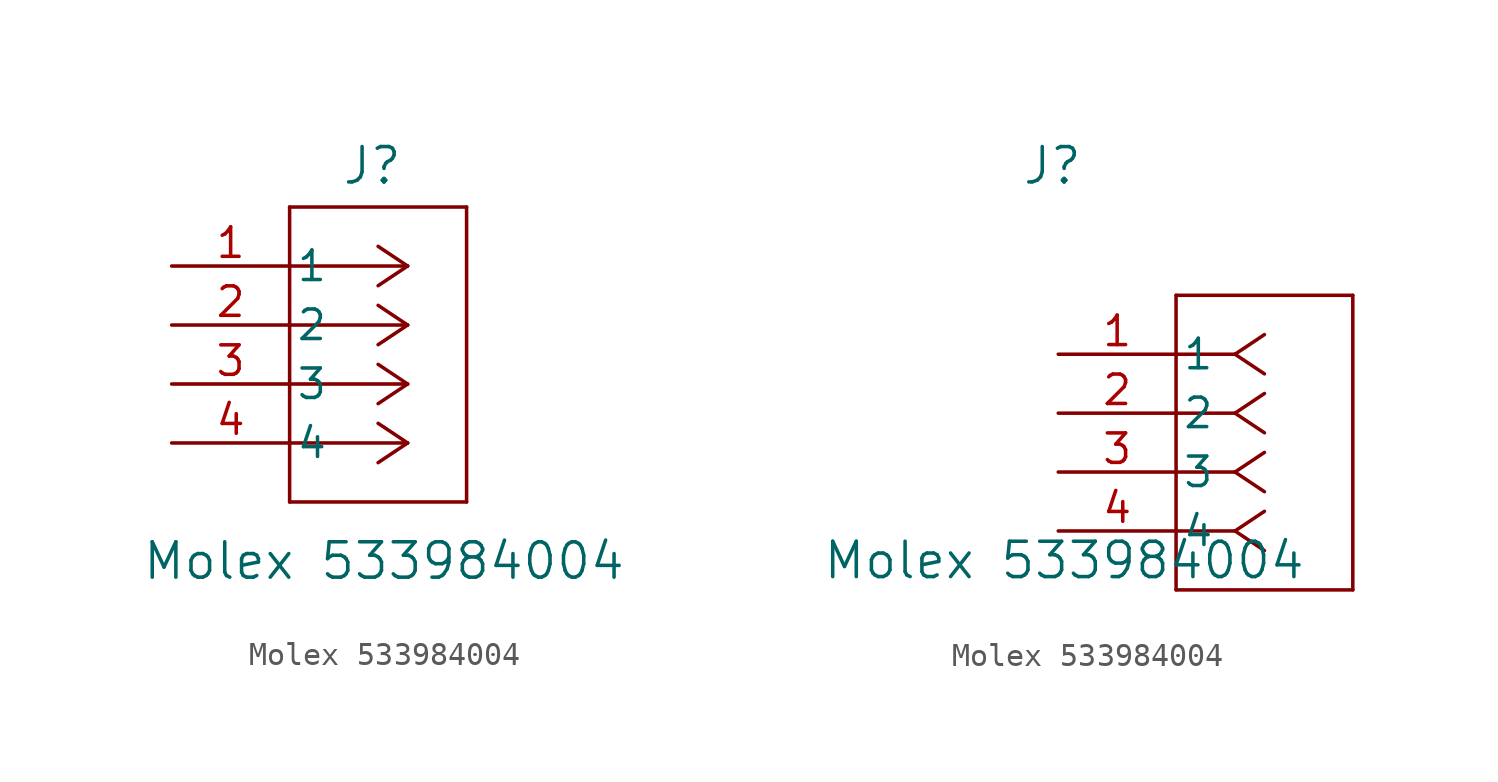
<source format=kicad_sym>
(kicad_symbol_lib
  (version 20231120)
  (generator "kicad_symbol_editor")
  (generator_version "8.0")
  (symbol "Molex 533984004"
    (pin_names
      (offset 0.254))
    (property "Reference" "J"
      (at -0.254 8.128 0)
      (effects (font (size 1.524 1.524))))
    (property "Value" "Molex 533984004"
      (at 0.254 -8.89 0)
      (effects (font (size 1.524 1.524))))
    (symbol "Molex 533984004_1_1"
      (polyline (pts (xy -3.81 -6.35) (xy 3.81 -6.35)) (stroke (width 0) (type default)) (fill (type none)))
      (polyline (pts (xy -3.81 6.35) (xy -3.81 -6.35)) (stroke (width 0) (type default)) (fill (type none)))
      (polyline (pts (xy 1.27 -3.81) (xy -3.81 -3.81)) (stroke (width 0) (type default)) (fill (type none)))
      (polyline (pts (xy 1.27 -3.81) (xy 0 -4.657)) (stroke (width 0) (type default)) (fill (type none)))
      (polyline (pts (xy 1.27 -3.81) (xy 0 -2.963)) (stroke (width 0) (type default)) (fill (type none)))
      (polyline (pts (xy 1.27 -1.27) (xy -3.81 -1.27)) (stroke (width 0) (type default)) (fill (type none)))
      (polyline (pts (xy 1.27 -1.27) (xy 0 -2.117)) (stroke (width 0) (type default)) (fill (type none)))
      (polyline (pts (xy 1.27 -1.27) (xy 0 -0.423)) (stroke (width 0) (type default)) (fill (type none)))
      (polyline (pts (xy 1.27 1.27) (xy -3.81 1.27)) (stroke (width 0) (type default)) (fill (type none)))
      (polyline (pts (xy 1.27 1.27) (xy 0 0.423)) (stroke (width 0) (type default)) (fill (type none)))
      (polyline (pts (xy 1.27 1.27) (xy 0 2.117)) (stroke (width 0) (type default)) (fill (type none)))
      (polyline (pts (xy 1.27 3.81) (xy -3.81 3.81)) (stroke (width 0) (type default)) (fill (type none)))
      (polyline (pts (xy 1.27 3.81) (xy 0 2.963)) (stroke (width 0) (type default)) (fill (type none)))
      (polyline (pts (xy 1.27 3.81) (xy 0 4.657)) (stroke (width 0) (type default)) (fill (type none)))
      (polyline (pts (xy 3.81 -6.35) (xy 3.81 6.35)) (stroke (width 0) (type default)) (fill (type none)))
      (polyline (pts (xy 3.81 6.35) (xy -3.81 6.35)) (stroke (width 0) (type default)) (fill (type none)))
      (pin unspecified line (at -8.89 3.81 0) (length 5.08) (name "1" (effects (font (size 1.27 1.27)))) (number "1" (effects (font (size 1.27 1.27)))))
      (pin unspecified line (at -8.89 1.27 0) (length 5.08) (name "2" (effects (font (size 1.27 1.27)))) (number "2" (effects (font (size 1.27 1.27)))))
      (pin unspecified line (at -8.89 -1.27 0) (length 5.08) (name "3" (effects (font (size 1.27 1.27)))) (number "3" (effects (font (size 1.27 1.27)))))
      (pin unspecified line (at -8.89 -3.81 0) (length 5.08) (name "4" (effects (font (size 1.27 1.27)))) (number "4" (effects (font (size 1.27 1.27))))))
    (symbol "Molex 533984004_1_2"
      (polyline (pts (xy 5.08 -10.16) (xy 12.7 -10.16)) (stroke (width 0) (type default)) (fill (type none)))
      (polyline (pts (xy 5.08 2.54) (xy 5.08 -10.16)) (stroke (width 0) (type default)) (fill (type none)))
      (polyline (pts (xy 7.62 -7.62) (xy 5.08 -7.62)) (stroke (width 0) (type default)) (fill (type none)))
      (polyline (pts (xy 7.62 -7.62) (xy 8.89 -8.467)) (stroke (width 0) (type default)) (fill (type none)))
      (polyline (pts (xy 7.62 -7.62) (xy 8.89 -6.773)) (stroke (width 0) (type default)) (fill (type none)))
      (polyline (pts (xy 7.62 -5.08) (xy 5.08 -5.08)) (stroke (width 0) (type default)) (fill (type none)))
      (polyline (pts (xy 7.62 -5.08) (xy 8.89 -5.927)) (stroke (width 0) (type default)) (fill (type none)))
      (polyline (pts (xy 7.62 -5.08) (xy 8.89 -4.233)) (stroke (width 0) (type default)) (fill (type none)))
      (polyline (pts (xy 7.62 -2.54) (xy 5.08 -2.54)) (stroke (width 0) (type default)) (fill (type none)))
      (polyline (pts (xy 7.62 -2.54) (xy 8.89 -3.387)) (stroke (width 0) (type default)) (fill (type none)))
      (polyline (pts (xy 7.62 -2.54) (xy 8.89 -1.693)) (stroke (width 0) (type default)) (fill (type none)))
      (polyline (pts (xy 7.62 0) (xy 5.08 0)) (stroke (width 0) (type default)) (fill (type none)))
      (polyline (pts (xy 7.62 0) (xy 8.89 -0.847)) (stroke (width 0) (type default)) (fill (type none)))
      (polyline (pts (xy 7.62 0) (xy 8.89 0.847)) (stroke (width 0) (type default)) (fill (type none)))
      (polyline (pts (xy 12.7 -10.16) (xy 12.7 2.54)) (stroke (width 0) (type default)) (fill (type none)))
      (polyline (pts (xy 12.7 2.54) (xy 5.08 2.54)) (stroke (width 0) (type default)) (fill (type none)))
      (pin unspecified line (at 0 0 0) (length 5.08) (name "1" (effects (font (size 1.27 1.27)))) (number "1" (effects (font (size 1.27 1.27)))))
      (pin unspecified line (at 0 -2.54 0) (length 5.08) (name "2" (effects (font (size 1.27 1.27)))) (number "2" (effects (font (size 1.27 1.27)))))
      (pin unspecified line (at 0 -5.08 0) (length 5.08) (name "3" (effects (font (size 1.27 1.27)))) (number "3" (effects (font (size 1.27 1.27)))))
      (pin unspecified line (at 0 -7.62 0) (length 5.08) (name "4" (effects (font (size 1.27 1.27)))) (number "4" (effects (font (size 1.27 1.27))))))))
</source>
